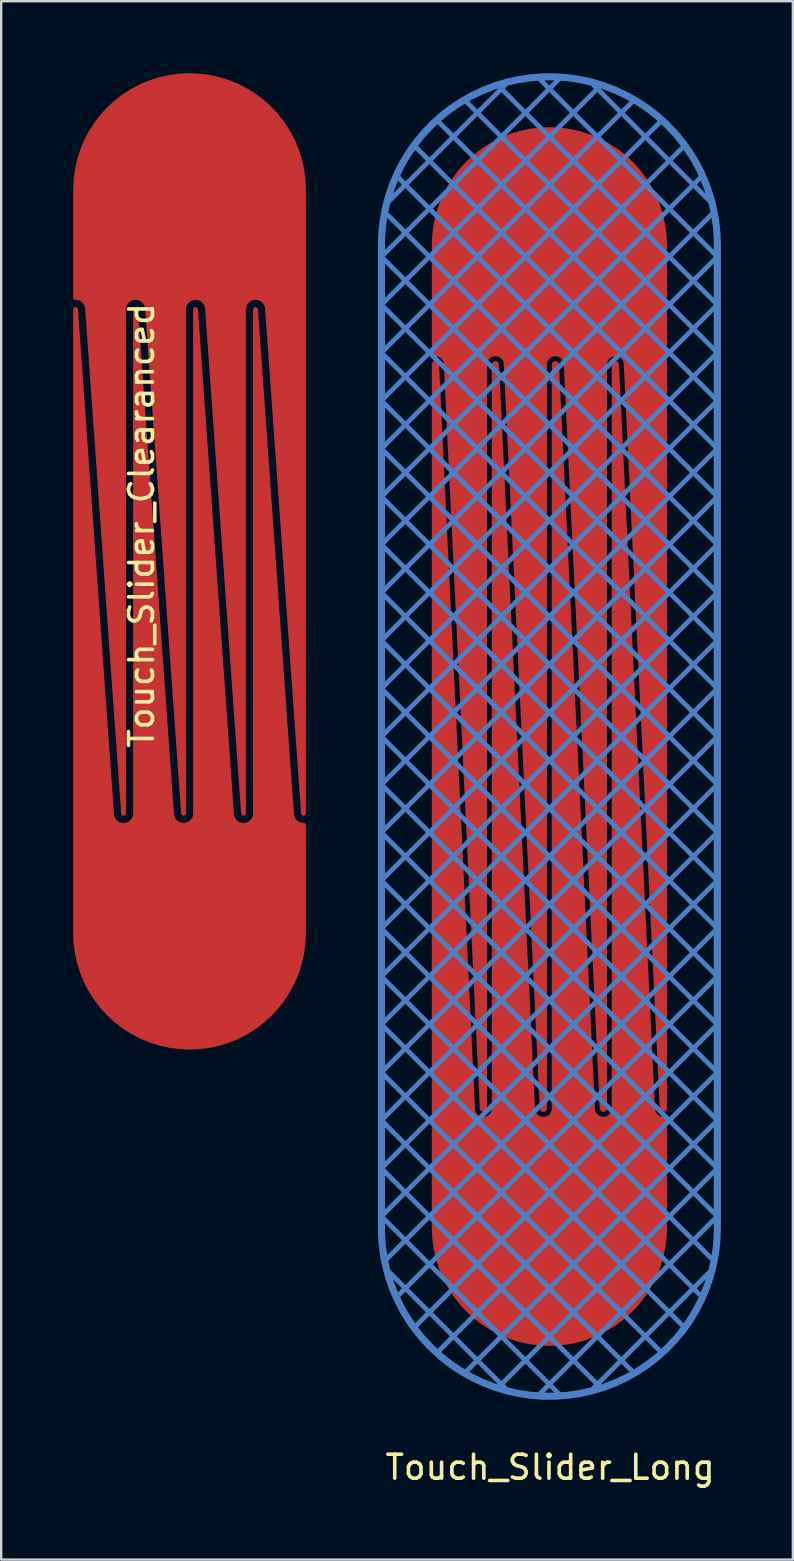
<source format=kicad_pcb>
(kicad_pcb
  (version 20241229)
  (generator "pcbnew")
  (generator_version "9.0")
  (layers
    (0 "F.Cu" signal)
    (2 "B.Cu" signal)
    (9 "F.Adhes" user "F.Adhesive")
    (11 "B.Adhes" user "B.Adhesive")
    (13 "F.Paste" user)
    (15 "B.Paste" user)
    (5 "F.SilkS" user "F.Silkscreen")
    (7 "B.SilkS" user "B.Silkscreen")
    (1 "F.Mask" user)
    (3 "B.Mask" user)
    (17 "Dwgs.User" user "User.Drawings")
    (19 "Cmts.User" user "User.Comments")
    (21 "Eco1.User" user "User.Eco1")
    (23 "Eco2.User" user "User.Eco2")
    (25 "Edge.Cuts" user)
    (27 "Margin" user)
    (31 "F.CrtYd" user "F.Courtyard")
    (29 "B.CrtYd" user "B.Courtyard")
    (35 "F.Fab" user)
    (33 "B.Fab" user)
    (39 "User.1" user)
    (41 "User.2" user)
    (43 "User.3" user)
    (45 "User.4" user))
  (footprint "Touch_Slider_Long"
    (layer "F.Cu")
    (at 19.85 48.15)
    (property "Reference" "Touch_Slider_Long" (at 0.03 9.96 180) (layer "F.SilkS") (effects (font (size 1 1) (thickness 0.15))))
    (attr smd)
    (pad "1" smd custom (at 0 0) (size 3 3) (layers "F.Cu") (options (anchor circle)) (primitives (gr_poly (pts (xy 2.81 -36.01) (xy 4.31 -4.97) (xy 4.37 -4.8) (xy 4.5 -4.63) (xy 4.72 -4.56) (xy 4.79 -4.54) (xy 4.81 -4.49) (xy 4.83 -0.01) (xy 4.79 0.47) (xy 4.7 1.05) (xy 4.52 1.65) (xy 4.31 2.14) (xy 3.96 2.72) (xy 3.72 3.06) (xy 3.4 3.41) (xy 3.05 3.72) (xy 2.67 4) (xy 2.28 4.25) (xy 1.84 4.45) (xy 1.38 4.62) (xy 0.94 4.72) (xy 0.47 4.79) (xy 0.01 4.82) (xy -0.48 4.79) (xy -0.95 4.72) (xy -1.4 4.61) (xy -1.85 4.45) (xy -2.28 4.24) (xy -2.68 4) (xy -3.05 3.72) (xy -3.4 3.4) (xy -3.72 3.05) (xy -4 2.67) (xy -4.24 2.28) (xy -4.45 1.84) (xy -4.61 1.39) (xy -4.72 0.93) (xy -4.79 0.44) (xy -4.81 0) (xy -4.82 -36.01) (xy -4.76 -36.06) (xy -4.69 -36.02) (xy -3.19 -4.98) (xy -3.13 -4.77) (xy -2.98 -4.62) (xy -2.75 -4.56) (xy -2.54 -4.61) (xy -2.4 -4.73) (xy -2.32 -4.91) (xy -2.31 -5.06) (xy -2.31 -36.01) (xy -2.25 -36.06) (xy -2.19 -36.01) (xy -0.69 -4.97) (xy -0.64 -4.81) (xy -0.52 -4.65) (xy -0.33 -4.57) (xy -0.13 -4.57) (xy 0.03 -4.66) (xy 0.13 -4.78) (xy 0.19 -4.93) (xy 0.19 -36.02) (xy 0.25 -36.06) (xy 0.31 -36.01) (xy 1.81 -4.98) (xy 1.87 -4.78) (xy 1.99 -4.64) (xy 2.18 -4.56) (xy 2.39 -4.58) (xy 2.55 -4.68) (xy 2.65 -4.81) (xy 2.69 -5) (xy 2.69 -36.02) (xy 2.75 -36.07)) (width 0.1) (fill yes)) (gr_arc (start 4.749784 -4.599999) (mid 4.473996 -4.710479) (end 4.350467 -4.980675) (width 0.1)) (gr_arc (start 0.149999 -4.999783) (mid -0.240443 -4.600114) (end -0.649532 -4.980675) (width 0.1)) (gr_line (start -4.85 -36) (end -4.85 0) (width 0.1)) (gr_arc (start -2.349999 -4.999783) (mid -2.740442 -4.600113) (end -3.149532 -4.980675) (width 0.1)) (gr_line (start -4.65 -36.005) (end -3.15 -4.981) (width 0.1)) (gr_arc (start 2.65 -4.999783) (mid 2.259557 -4.600113) (end 1.850467 -4.980675) (width 0.1)) (gr_arc (start 4.85 0) (mid 0 4.85) (end -4.85 0) (width 0.1)) (gr_line (start -2.35 -5) (end -2.35 -36) (width 0.1)) (gr_line (start -2.15 -36.005) (end -0.65 -4.981) (width 0.1)) (gr_arc (start 0.15 -36.000054) (mid 0.247611 -36.099971) (end 0.349883 -36.004831) (width 0.1)) (gr_line (start 0.15 -5) (end 0.15 -36) (width 0.1)) (gr_line (start 0.35 -36.005) (end 1.85 -4.981) (width 0.1)) (gr_arc (start -2.350001 -36.000054) (mid -2.252389 -36.099972) (end -2.150116 -36.004831) (width 0.1)) (gr_arc (start 4.749999 -4.599999) (mid 4.82071 -4.57071) (end 4.849999 -4.499999) (width 0.1)) (gr_arc (start 2.649998 -36.000054) (mid 2.74761 -36.099972) (end 2.849883 -36.004831) (width 0.1)) (gr_arc (start -4.850001 -36.000054) (mid -4.752389 -36.099972) (end -4.650116 -36.004831) (width 0.1)) (gr_line (start 2.85 -36.005) (end 4.35 -4.981) (width 0.1)) (gr_line (start 4.85 -4.5) (end 4.85 0) (width 0.1)) (gr_line (start 2.65 -5) (end 2.65 -36) (width 0.1))))
    (pad "2" smd custom (at 0 -41) (size 3 3) (layers "F.Cu") (options (anchor circle)) (primitives (gr_arc (start -4.75 4.6) (mid -4.820711 4.570711) (end -4.85 4.5) (width 0.1)) (gr_line (start -4.85 4.5) (end -4.85 0) (width 0.1)) (gr_line (start -2.65 36) (end -2.65 5) (width 0.1)) (gr_arc (start 4.850001 36.000055) (mid 4.752389 36.099973) (end 4.650116 36.004832) (width 0.1)) (gr_arc (start 2.349999 4.999784) (mid 2.740442 4.600114) (end 3.149532 4.980676) (width 0.1)) (gr_arc (start -4.85 0) (mid 0 -4.85) (end 4.85 0) (width 0.1)) (gr_arc (start -0.149999 4.999784) (mid 0.240443 4.600115) (end 0.649532 4.980676) (width 0.1)) (gr_arc (start -4.749784 4.6) (mid -4.473996 4.71048) (end -4.350467 4.980676) (width 0.1)) (gr_line (start -0.35 36.005) (end -1.85 4.981) (width 0.1)) (gr_line (start -0.15 36) (end -0.15 5) (width 0.1)) (gr_arc (start -2.65 4.999784) (mid -2.259557 4.600114) (end -1.850467 4.980676) (width 0.1)) (gr_arc (start 2.350001 36.000055) (mid 2.252389 36.099973) (end 2.150116 36.004832) (width 0.1)) (gr_arc (start -2.649998 36.000055) (mid -2.74761 36.099973) (end -2.849883 36.004832) (width 0.1)) (gr_arc (start -0.15 36.000055) (mid -0.247611 36.099972) (end -0.349883 36.004832) (width 0.1)) (gr_line (start -4.35 4.981) (end -2.85 36.005) (width 0.1)) (gr_line (start 2.35 36) (end 2.35 5) (width 0.1)) (gr_line (start 2.15 36.005) (end 0.65 4.981) (width 0.1)) (gr_line (start 4.65 36.005) (end 3.15 4.981) (width 0.1)) (gr_line (start 4.85 36) (end 4.85 0) (width 0.1)) (gr_poly (pts (xy -2.82 36) (xy -4.32 4.96) (xy -4.38 4.79) (xy -4.51 4.62) (xy -4.73 4.55) (xy -4.8 4.53) (xy -4.82 4.48) (xy -4.84 0) (xy -4.8 -0.48) (xy -4.71 -1.06) (xy -4.53 -1.66) (xy -4.32 -2.15) (xy -3.97 -2.73) (xy -3.73 -3.07) (xy -3.41 -3.42) (xy -3.06 -3.73) (xy -2.68 -4.01) (xy -2.29 -4.26) (xy -1.85 -4.46) (xy -1.39 -4.63) (xy -0.95 -4.73) (xy -0.48 -4.8) (xy -0.02 -4.83) (xy 0.47 -4.8) (xy 0.94 -4.73) (xy 1.39 -4.62) (xy 1.84 -4.46) (xy 2.27 -4.25) (xy 2.67 -4.01) (xy 3.04 -3.73) (xy 3.39 -3.41) (xy 3.71 -3.06) (xy 3.99 -2.68) (xy 4.23 -2.29) (xy 4.44 -1.85) (xy 4.6 -1.4) (xy 4.71 -0.94) (xy 4.78 -0.45) (xy 4.8 -0.01) (xy 4.81 36) (xy 4.75 36.05) (xy 4.68 36.01) (xy 3.18 4.97) (xy 3.12 4.76) (xy 2.97 4.61) (xy 2.74 4.55) (xy 2.53 4.6) (xy 2.39 4.72) (xy 2.31 4.9) (xy 2.3 5.05) (xy 2.3 36) (xy 2.24 36.05) (xy 2.18 36) (xy 0.68 4.96) (xy 0.63 4.8) (xy 0.51 4.64) (xy 0.32 4.56) (xy 0.12 4.56) (xy -0.04 4.65) (xy -0.14 4.77) (xy -0.2 4.92) (xy -0.2 36.01) (xy -0.26 36.05) (xy -0.32 36) (xy -1.82 4.97) (xy -1.88 4.77) (xy -2 4.63) (xy -2.19 4.55) (xy -2.4 4.57) (xy -2.56 4.67) (xy -2.66 4.8) (xy -2.7 4.99) (xy -2.7 36.01) (xy -2.76 36.06)) (width 0.1) (fill yes))))
    (pad "3" smd custom (at 0 -48) (size 0.1 0.1) (layers "B.Cu") (options (anchor circle)) (primitives (gr_line (start 7 31.5) (end -7 17.5) (width 0.2)) (gr_line (start -7 15.5) (end 5.643 2.857) (width 0.2)) (gr_line (start -7 35.5) (end 7 21.5) (width 0.2)) (gr_line (start 7 7.5) (end -0.483 0.017) (width 0.2)) (gr_line (start 6.787 5.287) (end 1.713 0.213) (width 0.2)) (gr_line (start 4.693 53.193) (end -7 41.5) (width 0.2)) (gr_line (start -7 31.5) (end 7 17.5) (width 0.2)) (gr_line (start -7 17.5) (end 6.38 4.12) (width 0.2)) (gr_line (start 7 41.5) (end -7 27.5) (width 0.2)) (gr_line (start -7 23.5) (end 7 9.5) (width 0.2)) (gr_line (start -7 9.5) (end 2.159 0.341) (width 0.2)) (gr_line (start 7 37.5) (end -7 23.5) (width 0.2)) (gr_line (start 7 29.5) (end -7 15.5) (width 0.2)) (gr_line (start 7 39.5) (end -7 25.5) (width 0.2)) (gr_line (start -0.483 54.983) (end 7 47.5) (width 0.2)) (gr_line (start 7 47.5) (end -7 33.5) (width 0.2)) (gr_line (start 7 48) (end 7 7) (width 0.3)) (gr_line (start -1.713 54.787) (end -6.787 49.713) (width 0.2)) (gr_line (start 2.159 54.659) (end -7 45.5) (width 0.2)) (gr_line (start -7 27.5) (end 7 13.5) (width 0.2)) (gr_line (start 7 43.5) (end -7 29.5) (width 0.2)) (gr_line (start -7 25.5) (end 7 11.5) (width 0.2)) (gr_line (start 7 17.5) (end -6.38 4.12) (width 0.2)) (gr_line (start 7 35.5) (end -7 21.5) (width 0.2)) (gr_line (start -6.866 49.366) (end 7 35.5) (width 0.2)) (gr_line (start -7 33.5) (end 7 19.5) (width 0.2)) (gr_line (start -7 39.5) (end 7 25.5) (width 0.2)) (gr_line (start -7 43.5) (end 7 29.5) (width 0.2)) (gr_arc (start -7 7.000001) (mid 0 0.000001) (end 7 7.000001) (width 0.3)) (gr_line (start 7 21.5) (end -7 7.5) (width 0.2)) (gr_line (start 7 9.5) (end -2.159 0.341) (width 0.2)) (gr_line (start -7 21.5) (end 7 7.5) (width 0.2)) (gr_line (start -7 41.5) (end 7 27.5) (width 0.2)) (gr_line (start -5.643 52.143) (end 7 39.5) (width 0.2)) (gr_line (start -3.539 54.039) (end 7 43.5) (width 0.2)) (gr_line (start 7 11.5) (end -3.539 0.961) (width 0.2)) (gr_line (start -7 19.5) (end 6.866 5.634) (width 0.2)) (gr_line (start -7 13.5) (end 4.693 1.807) (width 0.2)) (gr_line (start -7 7) (end -7 48) (width 0.3)) (gr_line (start 6.866 49.366) (end -7 35.5) (width 0.2)) (gr_line (start -2.159 54.659) (end 7 45.5) (width 0.2)) (gr_line (start 7 13.5) (end -4.693 1.807) (width 0.2)) (gr_line (start -7 7.5) (end 0.483 0.017) (width 0.2)) (gr_line (start -7 11.5) (end 3.539 0.961) (width 0.2)) (gr_line (start -6.38 50.88) (end 7 37.5) (width 0.2)) (gr_line (start 7 27.5) (end -7 13.5) (width 0.2)) (gr_line (start 7 15.5) (end -5.643 2.857) (width 0.2)) (gr_line (start -7 37.5) (end 7 23.5) (width 0.2)) (gr_line (start 7 19.5) (end -6.866 5.634) (width 0.2)) (gr_line (start 0.483 54.983) (end -7 47.5) (width 0.2)) (gr_line (start 3.539 54.039) (end -7 43.5) (width 0.2)) (gr_line (start 7 23.5) (end -7 9.5) (width 0.2)) (gr_line (start 7 45.5) (end -7 31.5) (width 0.2)) (gr_line (start -7 45.5) (end 7 31.5) (width 0.2)) (gr_line (start 5.643 52.143) (end -7 39.5) (width 0.2)) (gr_line (start -4.693 53.193) (end 7 41.5) (width 0.2)) (gr_line (start 7 25.5) (end -7 11.5) (width 0.2)) (gr_line (start -6.787 5.287) (end -1.713 0.213) (width 0.2)) (gr_line (start 1.713 54.787) (end 6.787 49.713) (width 0.2)) (gr_line (start -7 47.5) (end 7 33.5) (width 0.2)) (gr_arc (start 7 48) (mid 0 55) (end -7 48) (width 0.3)) (gr_line (start 7 33.5) (end -7 19.5) (width 0.2)) (gr_line (start -7 29.5) (end 7 15.5) (width 0.2)) (gr_line (start 6.38 50.88) (end -7 37.5) (width 0.2)))))
  (footprint "Touch_Slider_Clearanced"
    (layer "F.Cu")
    (at 4.85 35.85)
    (property "Reference" "Touch_Slider_Clearanced" (at -2 -17 90) (layer "F.SilkS") (effects (font (size 1 1) (thickness 0.15))))
    (attr through_hole)
    (pad "1" smd custom (at 0 0) (size 3 3) (layers "F.Cu" "F.Paste") (options (anchor circle)) (primitives (gr_line (start -4.75 -5) (end -4.75 0) (width 0.2)) (gr_line (start 1.751 -4.964) (end 0.25 -26) (width 0.2)) (gr_line (start 2.75 -26) (end 2.75 -5) (width 0.2)) (gr_arc (start 4.75 0) (mid 0 4.75) (end -4.75 0) (width 0.2)) (gr_line (start -0.749 -4.964) (end -2.25 -26) (width 0.2)) (gr_line (start 4.75 0) (end 4.75 -4.5) (width 0.2)) (gr_arc (start -2.25 -4.999845) (mid -2.732269 -4.500314) (end -3.248731 -4.964406) (width 0.2)) (gr_line (start 4.251 -4.964) (end 2.75 -26) (width 0.2)) (gr_arc (start 4.749844 -4.5) (mid 4.409206 -4.634131) (end 4.251268 -4.964406) (width 0.2)) (gr_line (start -2.25 -26) (end -2.25 -5) (width 0.2)) (gr_line (start -4.75 -26) (end -4.75 -5) (width 0.2)) (gr_arc (start 0.25 -4.999845) (mid -0.232269 -4.500314) (end -0.748731 -4.964406) (width 0.2)) (gr_arc (start 2.749999 -4.999845) (mid 2.26773 -4.500314) (end 1.751268 -4.964406) (width 0.2)) (gr_line (start -3.249 -4.964) (end -4.75 -26) (width 0.2)) (gr_line (start 0.25 -26) (end 0.25 -5) (width 0.2)) (gr_poly (pts (xy 4.2 -5.5) (xy 4.25 -4.8) (xy 4.5 -4.5) (xy 4.75 -4.5) (xy 4.75 -0.15) (xy 4.65 0.8) (xy 4.4 1.75) (xy 3.85 2.75) (xy 3.2 3.5) (xy 2.4 4.1) (xy 1.55 4.5) (xy 0.7 4.7) (xy 0.05 4.75) (xy -0.7 4.7) (xy -1.8 4.4) (xy -2.75 3.9) (xy -3.5 3.2) (xy -4 2.55) (xy -4.3 2) (xy -4.55 1.35) (xy -4.7 0.7) (xy -4.75 0) (xy -4.75 -26) (xy -3.25 -4.9) (xy -3.15 -4.65) (xy -2.9 -4.5) (xy -2.6 -4.5) (xy -2.35 -4.65) (xy -2.25 -4.9) (xy -2.25 -26) (xy -0.75 -4.9) (xy -0.7 -4.75) (xy -0.55 -4.55) (xy -0.25 -4.45) (xy 0 -4.55) (xy 0.2 -4.7) (xy 0.25 -4.95) (xy 0.25 -26) (xy 1.7 -5.4) (xy 1.75 -4.8) (xy 1.95 -4.55) (xy 2.3 -4.45) (xy 2.6 -4.6) (xy 2.75 -4.85) (xy 2.75 -26)) (width 0.1) (fill yes))))
    (pad "2" smd custom (at 0 -31) (size 3 3) (layers "F.Cu" "F.Paste") (options (anchor circle)) (primitives (gr_line (start 3.249 4.964) (end 4.75 26) (width 0.2)) (gr_line (start -0.25 26) (end -0.25 5) (width 0.2)) (gr_line (start 4.75 5) (end 4.75 0) (width 0.2)) (gr_arc (start -4.75 0) (mid 0 -4.75) (end 4.75 0) (width 0.2)) (gr_arc (start -4.749844 4.5) (mid -4.409206 4.634132) (end -4.251268 4.964407) (width 0.2)) (gr_line (start -4.251 4.964) (end -2.75 26) (width 0.2)) (gr_line (start -4.75 0) (end -4.75 4.5) (width 0.2)) (gr_line (start 0.749 4.964) (end 2.25 26) (width 0.2)) (gr_arc (start 2.249998 4.999846) (mid 2.732268 4.500314) (end 3.248731 4.964407) (width 0.2)) (gr_arc (start -0.25 4.999846) (mid 0.232269 4.500315) (end 0.748731 4.964407) (width 0.2)) (gr_line (start -2.75 26) (end -2.75 5) (width 0.2)) (gr_line (start 2.25 26) (end 2.25 5) (width 0.2)) (gr_arc (start -2.749999 4.999846) (mid -2.26773 4.500315) (end -1.751268 4.964407) (width 0.2)) (gr_line (start 4.75 26) (end 4.75 5) (width 0.2)) (gr_line (start -1.751 4.964) (end -0.25 26) (width 0.2)) (gr_poly (pts (xy -4.2 5.5) (xy -4.25 4.8) (xy -4.5 4.5) (xy -4.75 4.5) (xy -4.75 0.15) (xy -4.65 -0.8) (xy -4.4 -1.75) (xy -3.85 -2.75) (xy -3.2 -3.5) (xy -2.4 -4.1) (xy -1.55 -4.5) (xy -0.7 -4.7) (xy -0.05 -4.75) (xy 0.7 -4.7) (xy 1.8 -4.4) (xy 2.75 -3.9) (xy 3.5 -3.2) (xy 4 -2.55) (xy 4.3 -2) (xy 4.55 -1.35) (xy 4.7 -0.7) (xy 4.75 0) (xy 4.75 26) (xy 3.25 4.9) (xy 3.15 4.65) (xy 2.9 4.5) (xy 2.6 4.5) (xy 2.35 4.65) (xy 2.25 4.9) (xy 2.25 26) (xy 0.75 4.9) (xy 0.7 4.75) (xy 0.55 4.55) (xy 0.25 4.45) (xy 0 4.55) (xy -0.2 4.7) (xy -0.25 4.95) (xy -0.25 26) (xy -1.7 5.4) (xy -1.75 4.8) (xy -1.95 4.55) (xy -2.3 4.45) (xy -2.6 4.6) (xy -2.75 4.85) (xy -2.75 26)) (width 0.1) (fill yes)))))
  (gr_rect
    (start -3 -3)
    (end 30 61.958)
    (stroke (width 0.1) (type default))
    (fill no)
    (layer "Edge.Cuts")))
</source>
